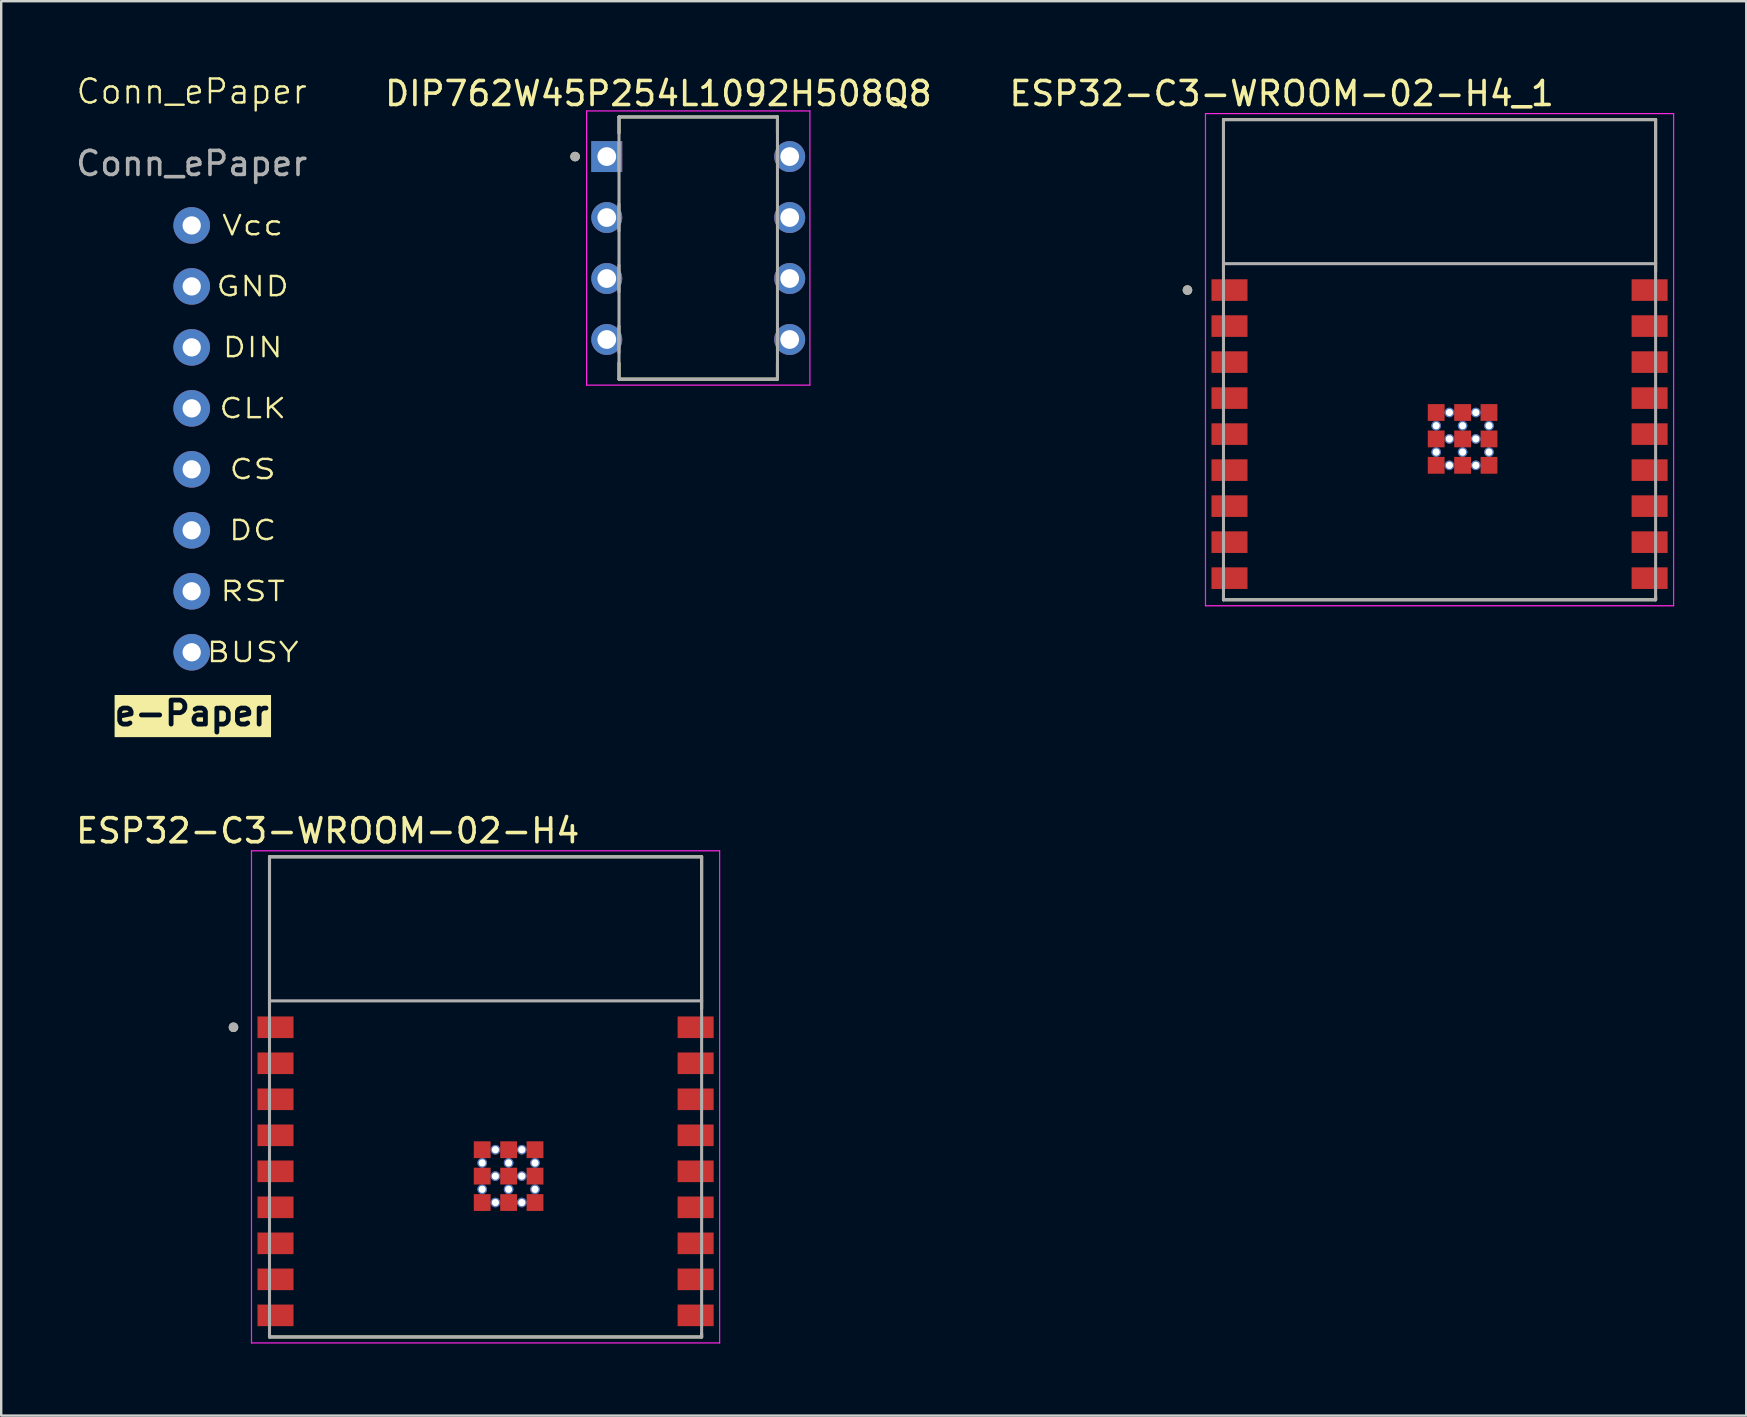
<source format=kicad_pcb>
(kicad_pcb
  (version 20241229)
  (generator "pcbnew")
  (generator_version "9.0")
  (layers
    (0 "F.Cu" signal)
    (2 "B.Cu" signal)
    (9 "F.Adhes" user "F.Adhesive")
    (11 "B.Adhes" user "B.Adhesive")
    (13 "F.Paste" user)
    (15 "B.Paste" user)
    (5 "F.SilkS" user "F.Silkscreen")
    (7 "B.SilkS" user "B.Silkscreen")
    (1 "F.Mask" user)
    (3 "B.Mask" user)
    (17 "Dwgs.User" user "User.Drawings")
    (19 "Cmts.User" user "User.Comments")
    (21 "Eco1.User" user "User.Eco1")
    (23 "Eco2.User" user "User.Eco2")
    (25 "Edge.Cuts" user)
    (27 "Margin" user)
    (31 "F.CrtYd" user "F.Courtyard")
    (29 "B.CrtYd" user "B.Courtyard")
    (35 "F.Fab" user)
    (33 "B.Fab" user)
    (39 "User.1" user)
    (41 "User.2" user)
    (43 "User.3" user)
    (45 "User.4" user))
  (footprint "DIP762W45P254L1092H508Q8"
    (layer "F.Cu")
    (at 26.035 7.282)
    (property "Reference" "DIP762W45P254L1092H508Q8" (at -1.66 -6.434 0) (layer "F.SilkS") (effects (font (size 1 1) (thickness 0.15))))
    (attr through_hole)
    (fp_line (start -3.3 -5.46) (end -3.3 -4.79) (stroke (width 0.127) (type solid)) (layer "F.SilkS"))
    (fp_line (start -3.3 4.79) (end -3.3 5.46) (stroke (width 0.127) (type solid)) (layer "F.SilkS"))
    (fp_line (start -3.3 5.46) (end 3.3 5.46) (stroke (width 0.127) (type solid)) (layer "F.SilkS"))
    (fp_line (start 3.3 -5.46) (end -3.3 -5.46) (stroke (width 0.127) (type solid)) (layer "F.SilkS"))
    (fp_line (start 3.3 -4.79) (end 3.3 -5.46) (stroke (width 0.127) (type solid)) (layer "F.SilkS"))
    (fp_line (start 3.3 5.46) (end 3.3 4.79) (stroke (width 0.127) (type solid)) (layer "F.SilkS"))
    (fp_circle (center -5.13 -3.81) (end -5.03 -3.81) (stroke (width 0.2) (type solid)) (fill no) (layer "F.SilkS"))
    (fp_line (start -4.65 -5.71) (end -4.65 5.71) (stroke (width 0.05) (type solid)) (layer "F.CrtYd"))
    (fp_line (start -4.65 5.71) (end 4.65 5.71) (stroke (width 0.05) (type solid)) (layer "F.CrtYd"))
    (fp_line (start 4.65 -5.71) (end -4.65 -5.71) (stroke (width 0.05) (type solid)) (layer "F.CrtYd"))
    (fp_line (start 4.65 5.71) (end 4.65 -5.71) (stroke (width 0.05) (type solid)) (layer "F.CrtYd"))
    (fp_line (start -3.302 -3.251) (end -3.302 -4.369) (stroke (width 0.127) (type solid)) (layer "F.Fab"))
    (fp_line (start -3.302 -0.711) (end -3.302 -1.829) (stroke (width 0.127) (type solid)) (layer "F.Fab"))
    (fp_line (start -3.302 1.829) (end -3.302 0.711) (stroke (width 0.127) (type solid)) (layer "F.Fab"))
    (fp_line (start -3.302 4.369) (end -3.302 3.251) (stroke (width 0.127) (type solid)) (layer "F.Fab"))
    (fp_line (start -3.3 -5.46) (end -3.3 5.46) (stroke (width 0.127) (type solid)) (layer "F.Fab"))
    (fp_line (start -3.3 5.46) (end 3.3 5.46) (stroke (width 0.127) (type solid)) (layer "F.Fab"))
    (fp_line (start 3.3 -5.46) (end -3.3 -5.46) (stroke (width 0.127) (type solid)) (layer "F.Fab"))
    (fp_line (start 3.3 5.46) (end 3.3 -5.46) (stroke (width 0.127) (type solid)) (layer "F.Fab"))
    (fp_line (start 3.302 -4.369) (end 3.302 -3.251) (stroke (width 0.127) (type solid)) (layer "F.Fab"))
    (fp_line (start 3.302 -1.829) (end 3.302 -0.711) (stroke (width 0.127) (type solid)) (layer "F.Fab"))
    (fp_line (start 3.302 0.711) (end 3.302 1.829) (stroke (width 0.127) (type solid)) (layer "F.Fab"))
    (fp_line (start 3.302 3.251) (end 3.302 4.369) (stroke (width 0.127) (type solid)) (layer "F.Fab"))
    (fp_circle (center -5.13 -3.81) (end -5.03 -3.81) (stroke (width 0.2) (type solid)) (fill no) (layer "F.Fab"))
    (pad "1" thru_hole rect (at -3.81 -3.81) (size 1.288 1.288) (drill 0.78) (layers "*.Cu" "*.Mask"))
    (pad "2" thru_hole circle (at -3.81 -1.27) (size 1.288 1.288) (drill 0.78) (layers "*.Cu" "*.Mask"))
    (pad "3" thru_hole circle (at -3.81 1.27) (size 1.288 1.288) (drill 0.78) (layers "*.Cu" "*.Mask"))
    (pad "4" thru_hole circle (at -3.81 3.81) (size 1.288 1.288) (drill 0.78) (layers "*.Cu" "*.Mask"))
    (pad "5" thru_hole circle (at 3.81 3.81) (size 1.288 1.288) (drill 0.78) (layers "*.Cu" "*.Mask"))
    (pad "6" thru_hole circle (at 3.81 1.27) (size 1.288 1.288) (drill 0.78) (layers "*.Cu" "*.Mask"))
    (pad "7" thru_hole circle (at 3.81 -1.27) (size 1.288 1.288) (drill 0.78) (layers "*.Cu" "*.Mask"))
    (pad "8" thru_hole circle (at 3.81 -3.81) (size 1.288 1.288) (drill 0.78) (layers "*.Cu" "*.Mask")))
  (footprint "Conn_ePaper"
    (layer "F.Cu")
    (at 4.935 1.26)
    (property "Reference" "Conn_ePaper" (at 0 -0.5 0) (unlocked yes) (layer "F.SilkS") (effects (font (size 1 1) (thickness 0.1))))
    (attr through_hole)
    (fp_text user "BUSY" (at 2.54 22.86 0) (unlocked yes) (layer "F.SilkS") (effects (font (size 0.8 1) (thickness 0.1))))
    (fp_text user "DC" (at 2.54 17.78 0) (unlocked yes) (layer "F.SilkS") (effects (font (size 0.8 1) (thickness 0.1))))
    (fp_text user "GND" (at 2.54 7.62 0) (unlocked yes) (layer "F.SilkS") (effects (font (size 0.8 1) (thickness 0.1))))
    (fp_text user "RST" (at 2.54 20.32 0) (unlocked yes) (layer "F.SilkS") (effects (font (size 0.8 1) (thickness 0.1))))
    (fp_text user "Vcc" (at 2.54 5.08 0) (unlocked yes) (layer "F.SilkS") (effects (font (size 0.8 1) (thickness 0.1))))
    (fp_text user "DIN" (at 2.54 10.16 0) (unlocked yes) (layer "F.SilkS") (effects (font (size 0.8 1) (thickness 0.1))))
    (fp_text user "CLK" (at 2.54 12.7 0) (unlocked yes) (layer "F.SilkS") (effects (font (size 0.8 1) (thickness 0.1))))
    (fp_text user "e-Paper" (at 0 25.4 0) (unlocked yes) (layer "F.SilkS" knockout) (effects (font (size 1 1) (thickness 0.2) (bold yes))))
    (fp_text user "CS" (at 2.54 15.24 0) (unlocked yes) (layer "F.SilkS") (effects (font (size 0.8 1) (thickness 0.1))))
    (fp_text user "${REFERENCE}" (at 0 2.5 0) (unlocked yes) (layer "F.Fab") (effects (font (size 1 1) (thickness 0.15))))
    (pad "BUSY" thru_hole circle (at 0 22.86) (size 1.524 1.524) (drill 0.762) (layers "*.Cu" "*.Mask"))
    (pad "CLK" thru_hole circle (at 0 12.7) (size 1.524 1.524) (drill 0.762) (layers "*.Cu" "*.Mask"))
    (pad "CS" thru_hole circle (at 0 15.24) (size 1.524 1.524) (drill 0.762) (layers "*.Cu" "*.Mask"))
    (pad "DC" thru_hole circle (at 0 17.78) (size 1.524 1.524) (drill 0.762) (layers "*.Cu" "*.Mask"))
    (pad "DIN" thru_hole circle (at 0 10.16) (size 1.524 1.524) (drill 0.762) (layers "*.Cu" "*.Mask"))
    (pad "GND" thru_hole circle (at 0 7.62) (size 1.524 1.524) (drill 0.762) (layers "*.Cu" "*.Mask"))
    (pad "RST" thru_hole circle (at 0 20.32) (size 1.524 1.524) (drill 0.762) (layers "*.Cu" "*.Mask"))
    (pad "Vcc" thru_hole circle (at 0 5.08) (size 1.524 1.524) (drill 0.762) (layers "*.Cu" "*.Mask")))
  (footprint "ESP32-C3-WROOM-02-H4"
    (layer "F.Cu")
    (at 17.176 42.641)
    (property "Reference" "ESP32-C3-WROOM-02-H4" (at -6.575 -11.085 0) (layer "F.SilkS") (effects (font (size 1 1) (thickness 0.15))))
    (attr smd)
    (fp_line (start -9 -10) (end -9 -3.67) (stroke (width 0.127) (type solid)) (layer "F.SilkS"))
    (fp_line (start -9 10) (end -9 9.87) (stroke (width 0.127) (type solid)) (layer "F.SilkS"))
    (fp_line (start -9 10) (end 9 10) (stroke (width 0.127) (type solid)) (layer "F.SilkS"))
    (fp_line (start 9 -10) (end -9 -10) (stroke (width 0.127) (type solid)) (layer "F.SilkS"))
    (fp_line (start 9 -3.67) (end 9 -10) (stroke (width 0.127) (type solid)) (layer "F.SilkS"))
    (fp_line (start 9 10) (end 9 9.87) (stroke (width 0.127) (type solid)) (layer "F.SilkS"))
    (fp_circle (center -10.5 -2.9) (end -10.4 -2.9) (stroke (width 0.2) (type solid)) (fill no) (layer "F.SilkS"))
    (fp_line (start -9.75 -10.25) (end -9.75 10.25) (stroke (width 0.05) (type solid)) (layer "F.CrtYd"))
    (fp_line (start -9.75 10.25) (end 9.75 10.25) (stroke (width 0.05) (type solid)) (layer "F.CrtYd"))
    (fp_line (start 9.75 -10.25) (end -9.75 -10.25) (stroke (width 0.05) (type solid)) (layer "F.CrtYd"))
    (fp_line (start 9.75 10.25) (end 9.75 -10.25) (stroke (width 0.05) (type solid)) (layer "F.CrtYd"))
    (fp_line (start -9 -10) (end -9 -4) (stroke (width 0.127) (type solid)) (layer "F.Fab"))
    (fp_line (start -9 -4) (end -9 10) (stroke (width 0.127) (type solid)) (layer "F.Fab"))
    (fp_line (start -9 10) (end 9 10) (stroke (width 0.127) (type solid)) (layer "F.Fab"))
    (fp_line (start 9 -10) (end -9 -10) (stroke (width 0.127) (type solid)) (layer "F.Fab"))
    (fp_line (start 9 -4) (end -9 -4) (stroke (width 0.127) (type solid)) (layer "F.Fab"))
    (fp_line (start 9 -4) (end 9 -10) (stroke (width 0.127) (type solid)) (layer "F.Fab"))
    (fp_line (start 9 10) (end 9 -4) (stroke (width 0.127) (type solid)) (layer "F.Fab"))
    (fp_circle (center -10.5 -2.9) (end -10.4 -2.9) (stroke (width 0.2) (type solid)) (fill no) (layer "F.Fab"))
    (pad "1" smd rect (at -8.75 -2.9) (size 1.5 0.9) (layers "F.Cu" "F.Mask" "F.Paste"))
    (pad "2" smd rect (at -8.75 -1.4) (size 1.5 0.9) (layers "F.Cu" "F.Mask" "F.Paste"))
    (pad "3" smd rect (at -8.75 0.1) (size 1.5 0.9) (layers "F.Cu" "F.Mask" "F.Paste"))
    (pad "4" smd rect (at -8.75 1.6) (size 1.5 0.9) (layers "F.Cu" "F.Mask" "F.Paste"))
    (pad "5" smd rect (at -8.75 3.1) (size 1.5 0.9) (layers "F.Cu" "F.Mask" "F.Paste"))
    (pad "6" smd rect (at -8.75 4.6) (size 1.5 0.9) (layers "F.Cu" "F.Mask" "F.Paste"))
    (pad "7" smd rect (at -8.75 6.1) (size 1.5 0.9) (layers "F.Cu" "F.Mask" "F.Paste"))
    (pad "8" smd rect (at -8.75 7.6) (size 1.5 0.9) (layers "F.Cu" "F.Mask" "F.Paste"))
    (pad "9" smd rect (at -8.75 9.1) (size 1.5 0.9) (layers "F.Cu" "F.Mask" "F.Paste"))
    (pad "10" smd rect (at 8.75 9.1) (size 1.5 0.9) (layers "F.Cu" "F.Mask" "F.Paste"))
    (pad "11" smd rect (at 8.75 7.6) (size 1.5 0.9) (layers "F.Cu" "F.Mask" "F.Paste"))
    (pad "12" smd rect (at 8.75 6.1) (size 1.5 0.9) (layers "F.Cu" "F.Mask" "F.Paste"))
    (pad "13" smd rect (at 8.75 4.6) (size 1.5 0.9) (layers "F.Cu" "F.Mask" "F.Paste"))
    (pad "14" smd rect (at 8.75 3.1) (size 1.5 0.9) (layers "F.Cu" "F.Mask" "F.Paste"))
    (pad "15" smd rect (at 8.75 1.6) (size 1.5 0.9) (layers "F.Cu" "F.Mask" "F.Paste"))
    (pad "16" smd rect (at 8.75 0.1) (size 1.5 0.9) (layers "F.Cu" "F.Mask" "F.Paste"))
    (pad "17" smd rect (at 8.75 -1.4) (size 1.5 0.9) (layers "F.Cu" "F.Mask" "F.Paste"))
    (pad "18" smd rect (at 8.75 -2.9) (size 1.5 0.9) (layers "F.Cu" "F.Mask" "F.Paste"))
    (pad "19" smd rect (at -0.14 2.2) (size 0.7 0.7) (layers "F.Cu" "F.Mask" "F.Paste"))
    (pad "20" smd rect (at 0.96 2.2) (size 0.7 0.7) (layers "F.Cu" "F.Mask" "F.Paste"))
    (pad "21" smd rect (at 2.06 2.2) (size 0.7 0.7) (layers "F.Cu" "F.Mask" "F.Paste"))
    (pad "22" smd rect (at -0.14 3.3) (size 0.7 0.7) (layers "F.Cu" "F.Mask" "F.Paste"))
    (pad "23" smd rect (at 0.96 3.3) (size 0.7 0.7) (layers "F.Cu" "F.Mask" "F.Paste"))
    (pad "24" smd rect (at 2.06 3.3) (size 0.7 0.7) (layers "F.Cu" "F.Mask" "F.Paste"))
    (pad "25" smd rect (at -0.14 4.4) (size 0.7 0.7) (layers "F.Cu" "F.Mask" "F.Paste"))
    (pad "26" smd rect (at 0.96 4.4) (size 0.7 0.7) (layers "F.Cu" "F.Mask" "F.Paste"))
    (pad "27" smd rect (at 2.06 4.4) (size 0.7 0.7) (layers "F.Cu" "F.Mask" "F.Paste"))
    (pad "28" thru_hole circle (at 0.41 2.2) (size 0.4 0.4) (drill 0.3) (layers "*.Cu"))
    (pad "29" thru_hole circle (at 1.51 2.2) (size 0.4 0.4) (drill 0.3) (layers "*.Cu"))
    (pad "30" thru_hole circle (at -0.14 2.75) (size 0.4 0.4) (drill 0.3) (layers "*.Cu"))
    (pad "31" thru_hole circle (at 0.96 2.75) (size 0.4 0.4) (drill 0.3) (layers "*.Cu"))
    (pad "32" thru_hole circle (at 2.06 2.75) (size 0.4 0.4) (drill 0.3) (layers "*.Cu"))
    (pad "33" thru_hole circle (at 0.41 3.3) (size 0.4 0.4) (drill 0.3) (layers "*.Cu"))
    (pad "34" thru_hole circle (at 1.51 3.3) (size 0.4 0.4) (drill 0.3) (layers "*.Cu"))
    (pad "35" thru_hole circle (at -0.14 3.85) (size 0.4 0.4) (drill 0.3) (layers "*.Cu"))
    (pad "36" thru_hole circle (at 0.96 3.85) (size 0.4 0.4) (drill 0.3) (layers "*.Cu"))
    (pad "37" thru_hole circle (at 2.06 3.85) (size 0.4 0.4) (drill 0.3) (layers "*.Cu"))
    (pad "38" thru_hole circle (at 0.41 4.4) (size 0.4 0.4) (drill 0.3) (layers "*.Cu"))
    (pad "39" thru_hole circle (at 1.51 4.4) (size 0.4 0.4) (drill 0.3) (layers "*.Cu"))
    (zone (net_name "") (layer "F.Cu") (hatch full 0.508) (connect_pads) (min_thickness 0.01) (filled_areas_thickness no) (keepout (tracks not_allowed) (vias not_allowed) (pads not_allowed) (copperpour not_allowed) (footprints allowed)) (placement (enabled no)) (fill) (polygon (pts (xy 8.176 32.641) (xy 26.176 32.641) (xy 26.176 38.641) (xy 8.176 38.641))))
    (zone (net_name "") (layers "F.Cu" "B.Cu") (hatch full 0.508) (connect_pads) (min_thickness 0.01) (filled_areas_thickness no) (keepout (tracks allowed) (vias not_allowed) (pads allowed) (copperpour allowed) (footprints allowed)) (placement (enabled no)) (fill) (polygon (pts (xy 8.176 32.641) (xy 26.176 32.641) (xy 26.176 38.641) (xy 8.176 38.641))))
    (zone (net_name "") (layer "B.Cu") (hatch full 0.508) (connect_pads) (min_thickness 0.01) (filled_areas_thickness no) (keepout (tracks not_allowed) (vias not_allowed) (pads not_allowed) (copperpour not_allowed) (footprints allowed)) (placement (enabled no)) (fill) (polygon (pts (xy 8.176 32.641) (xy 26.176 32.641) (xy 26.176 38.641) (xy 8.176 38.641)))))
  (footprint "ESP32-C3-WROOM-02-H4_1"
    (layer "F.Cu")
    (at 56.914 11.933)
    (property "Reference" "ESP32-C3-WROOM-02-H4_1" (at -6.575 -11.085 0) (layer "F.SilkS") (effects (font (size 1 1) (thickness 0.15))))
    (attr smd)
    (fp_line (start -9 -10) (end -9 -3.67) (stroke (width 0.127) (type solid)) (layer "F.SilkS"))
    (fp_line (start -9 10) (end -9 9.87) (stroke (width 0.127) (type solid)) (layer "F.SilkS"))
    (fp_line (start -9 10) (end 9 10) (stroke (width 0.127) (type solid)) (layer "F.SilkS"))
    (fp_line (start 9 -10) (end -9 -10) (stroke (width 0.127) (type solid)) (layer "F.SilkS"))
    (fp_line (start 9 -3.67) (end 9 -10) (stroke (width 0.127) (type solid)) (layer "F.SilkS"))
    (fp_line (start 9 10) (end 9 9.87) (stroke (width 0.127) (type solid)) (layer "F.SilkS"))
    (fp_circle (center -10.5 -2.9) (end -10.4 -2.9) (stroke (width 0.2) (type solid)) (fill no) (layer "F.SilkS"))
    (fp_line (start -9.75 -10.25) (end -9.75 10.25) (stroke (width 0.05) (type solid)) (layer "F.CrtYd"))
    (fp_line (start -9.75 10.25) (end 9.75 10.25) (stroke (width 0.05) (type solid)) (layer "F.CrtYd"))
    (fp_line (start 9.75 -10.25) (end -9.75 -10.25) (stroke (width 0.05) (type solid)) (layer "F.CrtYd"))
    (fp_line (start 9.75 10.25) (end 9.75 -10.25) (stroke (width 0.05) (type solid)) (layer "F.CrtYd"))
    (fp_line (start -9 -10) (end -9 -4) (stroke (width 0.127) (type solid)) (layer "F.Fab"))
    (fp_line (start -9 -4) (end -9 10) (stroke (width 0.127) (type solid)) (layer "F.Fab"))
    (fp_line (start -9 10) (end 9 10) (stroke (width 0.127) (type solid)) (layer "F.Fab"))
    (fp_line (start 9 -10) (end -9 -10) (stroke (width 0.127) (type solid)) (layer "F.Fab"))
    (fp_line (start 9 -4) (end -9 -4) (stroke (width 0.127) (type solid)) (layer "F.Fab"))
    (fp_line (start 9 -4) (end 9 -10) (stroke (width 0.127) (type solid)) (layer "F.Fab"))
    (fp_line (start 9 10) (end 9 -4) (stroke (width 0.127) (type solid)) (layer "F.Fab"))
    (fp_circle (center -10.5 -2.9) (end -10.4 -2.9) (stroke (width 0.2) (type solid)) (fill no) (layer "F.Fab"))
    (pad "1" smd rect (at -8.75 -2.9) (size 1.5 0.9) (layers "F.Cu" "F.Mask" "F.Paste"))
    (pad "2" smd rect (at -8.75 -1.4) (size 1.5 0.9) (layers "F.Cu" "F.Mask" "F.Paste"))
    (pad "3" smd rect (at -8.75 0.1) (size 1.5 0.9) (layers "F.Cu" "F.Mask" "F.Paste"))
    (pad "4" smd rect (at -8.75 1.6) (size 1.5 0.9) (layers "F.Cu" "F.Mask" "F.Paste"))
    (pad "5" smd rect (at -8.75 3.1) (size 1.5 0.9) (layers "F.Cu" "F.Mask" "F.Paste"))
    (pad "6" smd rect (at -8.75 4.6) (size 1.5 0.9) (layers "F.Cu" "F.Mask" "F.Paste"))
    (pad "7" smd rect (at -8.75 6.1) (size 1.5 0.9) (layers "F.Cu" "F.Mask" "F.Paste"))
    (pad "8" smd rect (at -8.75 7.6) (size 1.5 0.9) (layers "F.Cu" "F.Mask" "F.Paste"))
    (pad "9" smd rect (at -8.75 9.1) (size 1.5 0.9) (layers "F.Cu" "F.Mask" "F.Paste"))
    (pad "10" smd rect (at 8.75 9.1) (size 1.5 0.9) (layers "F.Cu" "F.Mask" "F.Paste"))
    (pad "11" smd rect (at 8.75 7.6) (size 1.5 0.9) (layers "F.Cu" "F.Mask" "F.Paste"))
    (pad "12" smd rect (at 8.75 6.1) (size 1.5 0.9) (layers "F.Cu" "F.Mask" "F.Paste"))
    (pad "13" smd rect (at 8.75 4.6) (size 1.5 0.9) (layers "F.Cu" "F.Mask" "F.Paste"))
    (pad "14" smd rect (at 8.75 3.1) (size 1.5 0.9) (layers "F.Cu" "F.Mask" "F.Paste"))
    (pad "15" smd rect (at 8.75 1.6) (size 1.5 0.9) (layers "F.Cu" "F.Mask" "F.Paste"))
    (pad "16" smd rect (at 8.75 0.1) (size 1.5 0.9) (layers "F.Cu" "F.Mask" "F.Paste"))
    (pad "17" smd rect (at 8.75 -1.4) (size 1.5 0.9) (layers "F.Cu" "F.Mask" "F.Paste"))
    (pad "18" smd rect (at 8.75 -2.9) (size 1.5 0.9) (layers "F.Cu" "F.Mask" "F.Paste"))
    (pad "19" smd rect (at -0.14 2.2) (size 0.7 0.7) (layers "F.Cu" "F.Mask" "F.Paste"))
    (pad "20" smd rect (at 0.96 2.2) (size 0.7 0.7) (layers "F.Cu" "F.Mask" "F.Paste"))
    (pad "21" smd rect (at 2.06 2.2) (size 0.7 0.7) (layers "F.Cu" "F.Mask" "F.Paste"))
    (pad "22" smd rect (at -0.14 3.3) (size 0.7 0.7) (layers "F.Cu" "F.Mask" "F.Paste"))
    (pad "23" smd rect (at 0.96 3.3) (size 0.7 0.7) (layers "F.Cu" "F.Mask" "F.Paste"))
    (pad "24" smd rect (at 2.06 3.3) (size 0.7 0.7) (layers "F.Cu" "F.Mask" "F.Paste"))
    (pad "25" smd rect (at -0.14 4.4) (size 0.7 0.7) (layers "F.Cu" "F.Mask" "F.Paste"))
    (pad "26" smd rect (at 0.96 4.4) (size 0.7 0.7) (layers "F.Cu" "F.Mask" "F.Paste"))
    (pad "27" smd rect (at 2.06 4.4) (size 0.7 0.7) (layers "F.Cu" "F.Mask" "F.Paste"))
    (pad "28" thru_hole circle (at 0.41 2.2) (size 0.4 0.4) (drill 0.3) (layers "*.Cu"))
    (pad "29" thru_hole circle (at 1.51 2.2) (size 0.4 0.4) (drill 0.3) (layers "*.Cu"))
    (pad "30" thru_hole circle (at -0.14 2.75) (size 0.4 0.4) (drill 0.3) (layers "*.Cu"))
    (pad "31" thru_hole circle (at 0.96 2.75) (size 0.4 0.4) (drill 0.3) (layers "*.Cu"))
    (pad "32" thru_hole circle (at 2.06 2.75) (size 0.4 0.4) (drill 0.3) (layers "*.Cu"))
    (pad "33" thru_hole circle (at 0.41 3.3) (size 0.4 0.4) (drill 0.3) (layers "*.Cu"))
    (pad "34" thru_hole circle (at 1.51 3.3) (size 0.4 0.4) (drill 0.3) (layers "*.Cu"))
    (pad "35" thru_hole circle (at -0.14 3.85) (size 0.4 0.4) (drill 0.3) (layers "*.Cu"))
    (pad "36" thru_hole circle (at 0.96 3.85) (size 0.4 0.4) (drill 0.3) (layers "*.Cu"))
    (pad "37" thru_hole circle (at 2.06 3.85) (size 0.4 0.4) (drill 0.3) (layers "*.Cu"))
    (pad "38" thru_hole circle (at 0.41 4.4) (size 0.4 0.4) (drill 0.3) (layers "*.Cu"))
    (pad "39" thru_hole circle (at 1.51 4.4) (size 0.4 0.4) (drill 0.3) (layers "*.Cu"))
    (zone (net_name "") (layer "F.Cu") (hatch full 0.508) (connect_pads) (min_thickness 0.01) (filled_areas_thickness no) (keepout (tracks not_allowed) (vias not_allowed) (pads not_allowed) (copperpour not_allowed) (footprints allowed)) (placement (enabled no)) (fill) (polygon (pts (xy 47.914 1.933) (xy 65.914 1.933) (xy 65.914 7.933) (xy 47.914 7.933))))
    (zone (net_name "") (layers "F.Cu" "B.Cu") (hatch full 0.508) (connect_pads) (min_thickness 0.01) (filled_areas_thickness no) (keepout (tracks allowed) (vias not_allowed) (pads allowed) (copperpour allowed) (footprints allowed)) (placement (enabled no)) (fill) (polygon (pts (xy 47.914 1.933) (xy 65.914 1.933) (xy 65.914 7.933) (xy 47.914 7.933))))
    (zone (net_name "") (layer "B.Cu") (hatch full 0.508) (connect_pads) (min_thickness 0.01) (filled_areas_thickness no) (keepout (tracks not_allowed) (vias not_allowed) (pads not_allowed) (copperpour not_allowed) (footprints allowed)) (placement (enabled no)) (fill) (polygon (pts (xy 47.914 1.933) (xy 65.914 1.933) (xy 65.914 7.933) (xy 47.914 7.933)))))
  (gr_rect
    (start -3 -3)
    (end 69.689 55.916)
    (stroke (width 0.1) (type default))
    (fill no)
    (layer "Edge.Cuts")))
</source>
